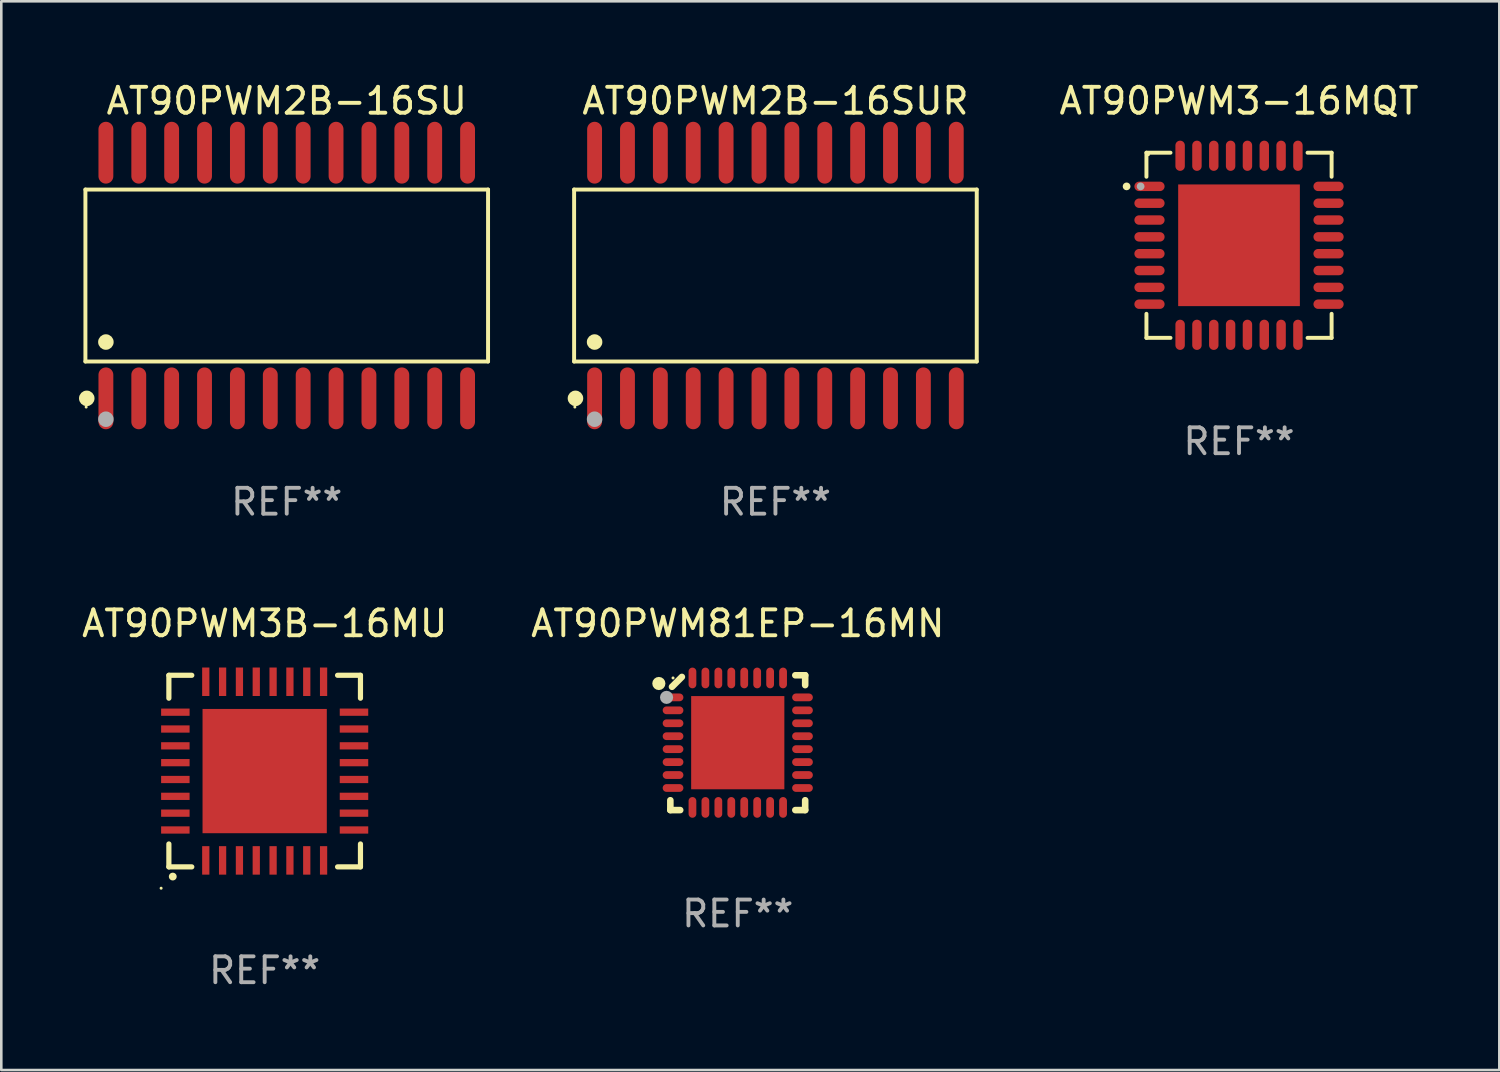
<source format=kicad_pcb>
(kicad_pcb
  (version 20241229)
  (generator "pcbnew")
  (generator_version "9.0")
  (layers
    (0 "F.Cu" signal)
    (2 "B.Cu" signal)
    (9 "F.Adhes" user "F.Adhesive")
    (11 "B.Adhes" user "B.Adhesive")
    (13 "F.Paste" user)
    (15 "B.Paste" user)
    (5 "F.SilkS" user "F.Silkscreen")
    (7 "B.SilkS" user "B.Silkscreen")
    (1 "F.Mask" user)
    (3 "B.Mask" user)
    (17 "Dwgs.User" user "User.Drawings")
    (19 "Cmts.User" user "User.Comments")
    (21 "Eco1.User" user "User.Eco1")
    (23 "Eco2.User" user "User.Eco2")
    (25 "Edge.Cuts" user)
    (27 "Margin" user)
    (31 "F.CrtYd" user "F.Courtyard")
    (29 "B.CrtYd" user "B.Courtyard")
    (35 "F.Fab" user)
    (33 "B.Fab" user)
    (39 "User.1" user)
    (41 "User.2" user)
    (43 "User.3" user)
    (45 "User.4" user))
  (footprint "AT90PWM3-16MQT"
    (layer "F.Cu")
    (at 44.807 6.424)
    (property "Reference" "AT90PWM3-16MQT" (at 0 -5.576 0) (layer "F.SilkS") (effects (font (size 1 1) (thickness 0.15))))
    (attr through_hole)
    (fp_line (start -3.576 -3.576) (end -3.576 -2.647) (stroke (width 0.152) (type solid)) (layer "F.SilkS"))
    (fp_line (start -3.576 3.576) (end -3.576 2.647) (stroke (width 0.152) (type solid)) (layer "F.SilkS"))
    (fp_line (start -2.647 -3.576) (end -3.576 -3.576) (stroke (width 0.152) (type solid)) (layer "F.SilkS"))
    (fp_line (start -2.647 3.576) (end -3.576 3.576) (stroke (width 0.152) (type solid)) (layer "F.SilkS"))
    (fp_line (start 2.647 -3.576) (end 3.576 -3.576) (stroke (width 0.152) (type solid)) (layer "F.SilkS"))
    (fp_line (start 2.647 3.576) (end 3.576 3.576) (stroke (width 0.152) (type solid)) (layer "F.SilkS"))
    (fp_line (start 3.576 -3.576) (end 3.576 -2.647) (stroke (width 0.152) (type solid)) (layer "F.SilkS"))
    (fp_line (start 3.576 3.576) (end 3.576 2.647) (stroke (width 0.152) (type solid)) (layer "F.SilkS"))
    (fp_circle (center -4.342 -2.275) (end -4.267 -2.275) (stroke (width 0.15) (type solid)) (fill no) (layer "F.SilkS"))
    (fp_circle (center -3.5 -3.5) (end -3.47 -3.5) (stroke (width 0.06) (type solid)) (fill no) (layer "F.SilkS"))
    (fp_circle (center -3.8 -2.275) (end -3.725 -2.275) (stroke (width 0.15) (type solid)) (fill no) (layer "F.Fab"))
    (fp_text user "REF**" (at 0 7.576 0) (layer "F.Fab") (effects (font (size 1 1) (thickness 0.15))))
    (pad "1" smd oval (at -3.458 -2.275 270) (size 0.364 1.167) (layers "F.Cu" "F.Mask" "F.Paste"))
    (pad "2" smd oval (at -3.458 -1.625 270) (size 0.364 1.167) (layers "F.Cu" "F.Mask" "F.Paste"))
    (pad "3" smd oval (at -3.458 -0.975 270) (size 0.364 1.167) (layers "F.Cu" "F.Mask" "F.Paste"))
    (pad "4" smd oval (at -3.458 -0.325 270) (size 0.364 1.167) (layers "F.Cu" "F.Mask" "F.Paste"))
    (pad "5" smd oval (at -3.458 0.325 270) (size 0.364 1.167) (layers "F.Cu" "F.Mask" "F.Paste"))
    (pad "6" smd oval (at -3.458 0.975 270) (size 0.364 1.167) (layers "F.Cu" "F.Mask" "F.Paste"))
    (pad "7" smd oval (at -3.458 1.625 270) (size 0.364 1.167) (layers "F.Cu" "F.Mask" "F.Paste"))
    (pad "8" smd oval (at -3.458 2.275 270) (size 0.364 1.167) (layers "F.Cu" "F.Mask" "F.Paste"))
    (pad "9" smd oval (at -2.275 3.458 270) (size 1.167 0.364) (layers "F.Cu" "F.Mask" "F.Paste"))
    (pad "10" smd oval (at -1.625 3.458 270) (size 1.167 0.364) (layers "F.Cu" "F.Mask" "F.Paste"))
    (pad "11" smd oval (at -0.975 3.458 270) (size 1.167 0.364) (layers "F.Cu" "F.Mask" "F.Paste"))
    (pad "12" smd oval (at -0.325 3.458 270) (size 1.167 0.364) (layers "F.Cu" "F.Mask" "F.Paste"))
    (pad "13" smd oval (at 0.325 3.458 270) (size 1.167 0.364) (layers "F.Cu" "F.Mask" "F.Paste"))
    (pad "14" smd oval (at 0.975 3.458 270) (size 1.167 0.364) (layers "F.Cu" "F.Mask" "F.Paste"))
    (pad "15" smd oval (at 1.625 3.458 270) (size 1.167 0.364) (layers "F.Cu" "F.Mask" "F.Paste"))
    (pad "16" smd oval (at 2.275 3.458 270) (size 1.167 0.364) (layers "F.Cu" "F.Mask" "F.Paste"))
    (pad "17" smd oval (at 3.458 2.275 270) (size 0.364 1.167) (layers "F.Cu" "F.Mask" "F.Paste"))
    (pad "18" smd oval (at 3.458 1.625 270) (size 0.364 1.167) (layers "F.Cu" "F.Mask" "F.Paste"))
    (pad "19" smd oval (at 3.458 0.975 270) (size 0.364 1.167) (layers "F.Cu" "F.Mask" "F.Paste"))
    (pad "20" smd oval (at 3.458 0.325 270) (size 0.364 1.167) (layers "F.Cu" "F.Mask" "F.Paste"))
    (pad "21" smd oval (at 3.458 -0.325 270) (size 0.364 1.167) (layers "F.Cu" "F.Mask" "F.Paste"))
    (pad "22" smd oval (at 3.458 -0.975 270) (size 0.364 1.167) (layers "F.Cu" "F.Mask" "F.Paste"))
    (pad "23" smd oval (at 3.458 -1.625 270) (size 0.364 1.167) (layers "F.Cu" "F.Mask" "F.Paste"))
    (pad "24" smd oval (at 3.458 -2.275 270) (size 0.364 1.167) (layers "F.Cu" "F.Mask" "F.Paste"))
    (pad "25" smd oval (at 2.275 -3.458 270) (size 1.167 0.364) (layers "F.Cu" "F.Mask" "F.Paste"))
    (pad "26" smd oval (at 1.625 -3.458 270) (size 1.167 0.364) (layers "F.Cu" "F.Mask" "F.Paste"))
    (pad "27" smd oval (at 0.975 -3.458 270) (size 1.167 0.364) (layers "F.Cu" "F.Mask" "F.Paste"))
    (pad "28" smd oval (at 0.325 -3.458 270) (size 1.167 0.364) (layers "F.Cu" "F.Mask" "F.Paste"))
    (pad "29" smd oval (at -0.325 -3.458 270) (size 1.167 0.364) (layers "F.Cu" "F.Mask" "F.Paste"))
    (pad "30" smd oval (at -0.975 -3.458 270) (size 1.167 0.364) (layers "F.Cu" "F.Mask" "F.Paste"))
    (pad "31" smd oval (at -1.625 -3.458 270) (size 1.167 0.364) (layers "F.Cu" "F.Mask" "F.Paste"))
    (pad "32" smd oval (at -2.275 -3.458 270) (size 1.167 0.364) (layers "F.Cu" "F.Mask" "F.Paste"))
    (pad "33" smd rect (at 0 0) (size 4.7 4.7) (layers "F.Cu" "F.Mask" "F.Paste")))
  (footprint "AT90PWM2B-16SU"
    (layer "F.Cu")
    (at 8.025 7.592)
    (property "Reference" "AT90PWM2B-16SU" (at 0 -6.744 0) (layer "F.SilkS") (effects (font (size 1 1) (thickness 0.15))))
    (attr through_hole)
    (fp_line (start -7.776 -3.321) (end 7.776 -3.321) (stroke (width 0.152) (type solid)) (layer "F.SilkS"))
    (fp_line (start -7.776 3.321) (end -7.776 -3.321) (stroke (width 0.152) (type solid)) (layer "F.SilkS"))
    (fp_line (start 7.776 -3.321) (end 7.776 3.321) (stroke (width 0.152) (type solid)) (layer "F.SilkS"))
    (fp_line (start 7.776 3.321) (end -7.776 3.321) (stroke (width 0.152) (type solid)) (layer "F.SilkS"))
    (fp_circle (center -7.747 5.08) (end -7.717 5.08) (stroke (width 0.06) (type solid)) (fill no) (layer "F.SilkS"))
    (fp_circle (center -7.724 4.744) (end -7.574 4.744) (stroke (width 0.3) (type solid)) (fill no) (layer "F.SilkS"))
    (fp_circle (center -6.985 2.569) (end -6.835 2.569) (stroke (width 0.3) (type solid)) (fill no) (layer "F.SilkS"))
    (fp_circle (center -6.985 5.55) (end -6.835 5.55) (stroke (width 0.3) (type solid)) (fill no) (layer "F.Fab"))
    (fp_text user "REF**" (at 0 8.744 0) (layer "F.Fab") (effects (font (size 1 1) (thickness 0.15))))
    (pad "1" smd oval (at -6.985 4.744) (size 0.574 2.388) (layers "F.Cu" "F.Mask" "F.Paste"))
    (pad "2" smd oval (at -5.715 4.744) (size 0.574 2.388) (layers "F.Cu" "F.Mask" "F.Paste"))
    (pad "3" smd oval (at -4.445 4.744) (size 0.574 2.388) (layers "F.Cu" "F.Mask" "F.Paste"))
    (pad "4" smd oval (at -3.175 4.744) (size 0.574 2.388) (layers "F.Cu" "F.Mask" "F.Paste"))
    (pad "5" smd oval (at -1.905 4.744) (size 0.574 2.388) (layers "F.Cu" "F.Mask" "F.Paste"))
    (pad "6" smd oval (at -0.635 4.744) (size 0.574 2.388) (layers "F.Cu" "F.Mask" "F.Paste"))
    (pad "7" smd oval (at 0.635 4.744) (size 0.574 2.388) (layers "F.Cu" "F.Mask" "F.Paste"))
    (pad "8" smd oval (at 1.905 4.744) (size 0.574 2.388) (layers "F.Cu" "F.Mask" "F.Paste"))
    (pad "9" smd oval (at 3.175 4.744) (size 0.574 2.388) (layers "F.Cu" "F.Mask" "F.Paste"))
    (pad "10" smd oval (at 4.445 4.744) (size 0.574 2.388) (layers "F.Cu" "F.Mask" "F.Paste"))
    (pad "11" smd oval (at 5.715 4.744) (size 0.574 2.388) (layers "F.Cu" "F.Mask" "F.Paste"))
    (pad "12" smd oval (at 6.985 4.744) (size 0.574 2.388) (layers "F.Cu" "F.Mask" "F.Paste"))
    (pad "13" smd oval (at 6.985 -4.744) (size 0.574 2.388) (layers "F.Cu" "F.Mask" "F.Paste"))
    (pad "14" smd oval (at 5.715 -4.744) (size 0.574 2.388) (layers "F.Cu" "F.Mask" "F.Paste"))
    (pad "15" smd oval (at 4.445 -4.744) (size 0.574 2.388) (layers "F.Cu" "F.Mask" "F.Paste"))
    (pad "16" smd oval (at 3.175 -4.744) (size 0.574 2.388) (layers "F.Cu" "F.Mask" "F.Paste"))
    (pad "17" smd oval (at 1.905 -4.744) (size 0.574 2.388) (layers "F.Cu" "F.Mask" "F.Paste"))
    (pad "18" smd oval (at 0.635 -4.744) (size 0.574 2.388) (layers "F.Cu" "F.Mask" "F.Paste"))
    (pad "19" smd oval (at -0.635 -4.744) (size 0.574 2.388) (layers "F.Cu" "F.Mask" "F.Paste"))
    (pad "20" smd oval (at -1.905 -4.744) (size 0.574 2.388) (layers "F.Cu" "F.Mask" "F.Paste"))
    (pad "21" smd oval (at -3.175 -4.744) (size 0.574 2.388) (layers "F.Cu" "F.Mask" "F.Paste"))
    (pad "22" smd oval (at -4.445 -4.744) (size 0.574 2.388) (layers "F.Cu" "F.Mask" "F.Paste"))
    (pad "23" smd oval (at -5.715 -4.744) (size 0.574 2.388) (layers "F.Cu" "F.Mask" "F.Paste"))
    (pad "24" smd oval (at -6.985 -4.744) (size 0.574 2.388) (layers "F.Cu" "F.Mask" "F.Paste")))
  (footprint "AT90PWM81EP-16MN"
    (layer "F.Cu")
    (at 25.446 25.636)
    (property "Reference" "AT90PWM81EP-16MN" (at 0 -4.604 0) (layer "F.SilkS") (effects (font (size 1 1) (thickness 0.15))))
    (attr through_hole)
    (fp_line (start -2.604 2.223) (end -2.604 2.604) (stroke (width 0.254) (type solid)) (layer "F.SilkS"))
    (fp_line (start -2.604 2.604) (end -2.223 2.604) (stroke (width 0.254) (type solid)) (layer "F.SilkS"))
    (fp_line (start -2.159 -2.54) (end -2.54 -2.159) (stroke (width 0.254) (type solid)) (layer "F.SilkS"))
    (fp_line (start 2.223 2.604) (end 2.604 2.604) (stroke (width 0.254) (type solid)) (layer "F.SilkS"))
    (fp_line (start 2.604 -2.604) (end 2.223 -2.604) (stroke (width 0.254) (type solid)) (layer "F.SilkS"))
    (fp_line (start 2.604 -2.223) (end 2.604 -2.604) (stroke (width 0.254) (type solid)) (layer "F.SilkS"))
    (fp_line (start 2.604 2.604) (end 2.604 2.223) (stroke (width 0.254) (type solid)) (layer "F.SilkS"))
    (fp_circle (center -3.048 -2.286) (end -2.921 -2.286) (stroke (width 0.254) (type solid)) (fill no) (layer "F.SilkS"))
    (fp_circle (center -2.5 -2.5) (end -2.47 -2.5) (stroke (width 0.06) (type solid)) (fill no) (layer "F.SilkS"))
    (fp_circle (center -2.75 -1.75) (end -2.623 -1.75) (stroke (width 0.254) (type solid)) (fill no) (layer "F.Fab"))
    (fp_text user "REF**" (at 0 6.604 0) (layer "F.Fab") (effects (font (size 1 1) (thickness 0.15))))
    (pad "1" smd oval (at -2.5 -1.75) (size 0.8 0.3) (layers "F.Cu" "F.Mask" "F.Paste"))
    (pad "2" smd oval (at -2.5 -1.25) (size 0.8 0.3) (layers "F.Cu" "F.Mask" "F.Paste"))
    (pad "3" smd oval (at -2.5 -0.75) (size 0.8 0.3) (layers "F.Cu" "F.Mask" "F.Paste"))
    (pad "4" smd oval (at -2.5 -0.25) (size 0.8 0.3) (layers "F.Cu" "F.Mask" "F.Paste"))
    (pad "5" smd oval (at -2.5 0.25) (size 0.8 0.3) (layers "F.Cu" "F.Mask" "F.Paste"))
    (pad "6" smd oval (at -2.5 0.75) (size 0.8 0.3) (layers "F.Cu" "F.Mask" "F.Paste"))
    (pad "7" smd oval (at -2.5 1.25) (size 0.8 0.3) (layers "F.Cu" "F.Mask" "F.Paste"))
    (pad "8" smd oval (at -2.5 1.75) (size 0.8 0.3) (layers "F.Cu" "F.Mask" "F.Paste"))
    (pad "9" smd oval (at -1.75 2.5) (size 0.3 0.8) (layers "F.Cu" "F.Mask" "F.Paste"))
    (pad "10" smd oval (at -1.25 2.5) (size 0.3 0.8) (layers "F.Cu" "F.Mask" "F.Paste"))
    (pad "11" smd oval (at -0.75 2.5) (size 0.3 0.8) (layers "F.Cu" "F.Mask" "F.Paste"))
    (pad "12" smd oval (at -0.25 2.5) (size 0.3 0.8) (layers "F.Cu" "F.Mask" "F.Paste"))
    (pad "13" smd oval (at 0.25 2.5) (size 0.3 0.8) (layers "F.Cu" "F.Mask" "F.Paste"))
    (pad "14" smd oval (at 0.75 2.5) (size 0.3 0.8) (layers "F.Cu" "F.Mask" "F.Paste"))
    (pad "15" smd oval (at 1.25 2.5) (size 0.3 0.8) (layers "F.Cu" "F.Mask" "F.Paste"))
    (pad "16" smd oval (at 1.75 2.5) (size 0.3 0.8) (layers "F.Cu" "F.Mask" "F.Paste"))
    (pad "17" smd oval (at 2.5 1.75) (size 0.8 0.3) (layers "F.Cu" "F.Mask" "F.Paste"))
    (pad "18" smd oval (at 2.5 1.25) (size 0.8 0.3) (layers "F.Cu" "F.Mask" "F.Paste"))
    (pad "19" smd oval (at 2.5 0.75) (size 0.8 0.3) (layers "F.Cu" "F.Mask" "F.Paste"))
    (pad "20" smd oval (at 2.5 0.25) (size 0.8 0.3) (layers "F.Cu" "F.Mask" "F.Paste"))
    (pad "21" smd oval (at 2.5 -0.25) (size 0.8 0.3) (layers "F.Cu" "F.Mask" "F.Paste"))
    (pad "22" smd oval (at 2.5 -0.75) (size 0.8 0.3) (layers "F.Cu" "F.Mask" "F.Paste"))
    (pad "23" smd oval (at 2.5 -1.25) (size 0.8 0.3) (layers "F.Cu" "F.Mask" "F.Paste"))
    (pad "24" smd oval (at 2.5 -1.75) (size 0.8 0.3) (layers "F.Cu" "F.Mask" "F.Paste"))
    (pad "25" smd oval (at 1.75 -2.5) (size 0.3 0.8) (layers "F.Cu" "F.Mask" "F.Paste"))
    (pad "26" smd oval (at 1.25 -2.5) (size 0.3 0.8) (layers "F.Cu" "F.Mask" "F.Paste"))
    (pad "27" smd oval (at 0.75 -2.5) (size 0.3 0.8) (layers "F.Cu" "F.Mask" "F.Paste"))
    (pad "28" smd oval (at 0.25 -2.5) (size 0.3 0.8) (layers "F.Cu" "F.Mask" "F.Paste"))
    (pad "29" smd oval (at -0.25 -2.5) (size 0.3 0.8) (layers "F.Cu" "F.Mask" "F.Paste"))
    (pad "30" smd oval (at -0.75 -2.5) (size 0.3 0.8) (layers "F.Cu" "F.Mask" "F.Paste"))
    (pad "31" smd oval (at -1.25 -2.5) (size 0.3 0.8) (layers "F.Cu" "F.Mask" "F.Paste"))
    (pad "32" smd oval (at -1.75 -2.5) (size 0.3 0.8) (layers "F.Cu" "F.Mask" "F.Paste"))
    (pad "33" smd rect (at -0.000076 0) (size 3.6 3.6) (layers "F.Cu" "F.Mask" "F.Paste")))
  (footprint "AT90PWM3B-16MU"
    (layer "F.Cu")
    (at 7.173 26.733)
    (property "Reference" "AT90PWM3B-16MU" (at 0 -5.7 0) (layer "F.SilkS") (effects (font (size 1 1) (thickness 0.15))))
    (attr through_hole)
    (fp_line (start -3.7 -3.7) (end -2.815 -3.7) (stroke (width 0.2) (type solid)) (layer "F.SilkS"))
    (fp_line (start -3.7 -2.815) (end -3.7 -3.7) (stroke (width 0.2) (type solid)) (layer "F.SilkS"))
    (fp_line (start -3.7 3.7) (end -3.7 2.815) (stroke (width 0.2) (type solid)) (layer "F.SilkS"))
    (fp_line (start -2.815 3.7) (end -3.7 3.7) (stroke (width 0.2) (type solid)) (layer "F.SilkS"))
    (fp_line (start 2.815 3.7) (end 3.7 3.7) (stroke (width 0.2) (type solid)) (layer "F.SilkS"))
    (fp_line (start 3.7 -3.7) (end 2.815 -3.7) (stroke (width 0.2) (type solid)) (layer "F.SilkS"))
    (fp_line (start 3.7 -2.815) (end 3.7 -3.7) (stroke (width 0.2) (type solid)) (layer "F.SilkS"))
    (fp_line (start 3.7 3.7) (end 3.7 2.815) (stroke (width 0.2) (type solid)) (layer "F.SilkS"))
    (fp_arc (start -3.551308 4.074168) (mid -3.550038 4.074163) (end -3.548768 4.074168) (stroke (width 0.3) (type solid)) (layer "F.SilkS"))
    (fp_circle (center -4 4.524) (end -3.97 4.524) (stroke (width 0.06) (type solid)) (fill no) (layer "F.SilkS"))
    (fp_text user "REF**" (at 0 7.7 0) (layer "F.Fab") (effects (font (size 1 1) (thickness 0.15))))
    (pad "1" smd rect (at -2.275 3.45 180) (size 0.28 1.1) (layers "F.Cu" "F.Mask" "F.Paste"))
    (pad "2" smd rect (at -1.625 3.45 180) (size 0.28 1.1) (layers "F.Cu" "F.Mask" "F.Paste"))
    (pad "3" smd rect (at -0.975 3.45 180) (size 0.28 1.1) (layers "F.Cu" "F.Mask" "F.Paste"))
    (pad "4" smd rect (at -0.325 3.45 180) (size 0.28 1.1) (layers "F.Cu" "F.Mask" "F.Paste"))
    (pad "5" smd rect (at 0.325 3.45 180) (size 0.28 1.1) (layers "F.Cu" "F.Mask" "F.Paste"))
    (pad "6" smd rect (at 0.975 3.45 180) (size 0.28 1.1) (layers "F.Cu" "F.Mask" "F.Paste"))
    (pad "7" smd rect (at 1.625 3.45 180) (size 0.28 1.1) (layers "F.Cu" "F.Mask" "F.Paste"))
    (pad "8" smd rect (at 2.275 3.45 180) (size 0.28 1.1) (layers "F.Cu" "F.Mask" "F.Paste"))
    (pad "9" smd rect (at 3.45 2.275 90) (size 0.28 1.1) (layers "F.Cu" "F.Mask" "F.Paste"))
    (pad "10" smd rect (at 3.45 1.625 90) (size 0.28 1.1) (layers "F.Cu" "F.Mask" "F.Paste"))
    (pad "11" smd rect (at 3.45 0.975 90) (size 0.28 1.1) (layers "F.Cu" "F.Mask" "F.Paste"))
    (pad "12" smd rect (at 3.45 0.325 90) (size 0.28 1.1) (layers "F.Cu" "F.Mask" "F.Paste"))
    (pad "13" smd rect (at 3.45 -0.325 90) (size 0.28 1.1) (layers "F.Cu" "F.Mask" "F.Paste"))
    (pad "14" smd rect (at 3.45 -0.975 90) (size 0.28 1.1) (layers "F.Cu" "F.Mask" "F.Paste"))
    (pad "15" smd rect (at 3.45 -1.625 90) (size 0.28 1.1) (layers "F.Cu" "F.Mask" "F.Paste"))
    (pad "16" smd rect (at 3.45 -2.275 90) (size 0.28 1.1) (layers "F.Cu" "F.Mask" "F.Paste"))
    (pad "17" smd rect (at 2.275 -3.45 180) (size 0.28 1.1) (layers "F.Cu" "F.Mask" "F.Paste"))
    (pad "18" smd rect (at 1.625 -3.45 180) (size 0.28 1.1) (layers "F.Cu" "F.Mask" "F.Paste"))
    (pad "19" smd rect (at 0.975 -3.45 180) (size 0.28 1.1) (layers "F.Cu" "F.Mask" "F.Paste"))
    (pad "20" smd rect (at 0.325 -3.45 180) (size 0.28 1.1) (layers "F.Cu" "F.Mask" "F.Paste"))
    (pad "21" smd rect (at -0.325 -3.45 180) (size 0.28 1.1) (layers "F.Cu" "F.Mask" "F.Paste"))
    (pad "22" smd rect (at -0.975 -3.45 180) (size 0.28 1.1) (layers "F.Cu" "F.Mask" "F.Paste"))
    (pad "23" smd rect (at -1.625 -3.45 180) (size 0.28 1.1) (layers "F.Cu" "F.Mask" "F.Paste"))
    (pad "24" smd rect (at -2.275 -3.45 180) (size 0.28 1.1) (layers "F.Cu" "F.Mask" "F.Paste"))
    (pad "25" smd rect (at -3.45 -2.275 90) (size 0.28 1.1) (layers "F.Cu" "F.Mask" "F.Paste"))
    (pad "26" smd rect (at -3.45 -1.625 90) (size 0.28 1.1) (layers "F.Cu" "F.Mask" "F.Paste"))
    (pad "27" smd rect (at -3.45 -0.975 90) (size 0.28 1.1) (layers "F.Cu" "F.Mask" "F.Paste"))
    (pad "28" smd rect (at -3.45 -0.325 90) (size 0.28 1.1) (layers "F.Cu" "F.Mask" "F.Paste"))
    (pad "29" smd rect (at -3.45 0.325 90) (size 0.28 1.1) (layers "F.Cu" "F.Mask" "F.Paste"))
    (pad "30" smd rect (at -3.45 0.975 90) (size 0.28 1.1) (layers "F.Cu" "F.Mask" "F.Paste"))
    (pad "31" smd rect (at -3.45 1.625 90) (size 0.28 1.1) (layers "F.Cu" "F.Mask" "F.Paste"))
    (pad "32" smd rect (at -3.45 2.275 90) (size 0.28 1.1) (layers "F.Cu" "F.Mask" "F.Paste"))
    (pad "33" smd rect (at 0 0 90) (size 4.8 4.8) (layers "F.Cu" "F.Mask" "F.Paste")))
  (footprint "AT90PWM2B-16SUR"
    (layer "F.Cu")
    (at 26.901 7.592)
    (property "Reference" "AT90PWM2B-16SUR" (at 0 -6.744 0) (layer "F.SilkS") (effects (font (size 1 1) (thickness 0.15))))
    (attr through_hole)
    (fp_line (start -7.776 -3.321) (end 7.776 -3.321) (stroke (width 0.152) (type solid)) (layer "F.SilkS"))
    (fp_line (start -7.776 3.321) (end -7.776 -3.321) (stroke (width 0.152) (type solid)) (layer "F.SilkS"))
    (fp_line (start 7.776 -3.321) (end 7.776 3.321) (stroke (width 0.152) (type solid)) (layer "F.SilkS"))
    (fp_line (start 7.776 3.321) (end -7.776 3.321) (stroke (width 0.152) (type solid)) (layer "F.SilkS"))
    (fp_circle (center -7.747 5.08) (end -7.717 5.08) (stroke (width 0.06) (type solid)) (fill no) (layer "F.SilkS"))
    (fp_circle (center -7.724 4.744) (end -7.574 4.744) (stroke (width 0.3) (type solid)) (fill no) (layer "F.SilkS"))
    (fp_circle (center -6.985 2.569) (end -6.835 2.569) (stroke (width 0.3) (type solid)) (fill no) (layer "F.SilkS"))
    (fp_circle (center -6.985 5.55) (end -6.835 5.55) (stroke (width 0.3) (type solid)) (fill no) (layer "F.Fab"))
    (fp_text user "REF**" (at 0 8.744 0) (layer "F.Fab") (effects (font (size 1 1) (thickness 0.15))))
    (pad "1" smd oval (at -6.985 4.744) (size 0.574 2.388) (layers "F.Cu" "F.Mask" "F.Paste"))
    (pad "2" smd oval (at -5.715 4.744) (size 0.574 2.388) (layers "F.Cu" "F.Mask" "F.Paste"))
    (pad "3" smd oval (at -4.445 4.744) (size 0.574 2.388) (layers "F.Cu" "F.Mask" "F.Paste"))
    (pad "4" smd oval (at -3.175 4.744) (size 0.574 2.388) (layers "F.Cu" "F.Mask" "F.Paste"))
    (pad "5" smd oval (at -1.905 4.744) (size 0.574 2.388) (layers "F.Cu" "F.Mask" "F.Paste"))
    (pad "6" smd oval (at -0.635 4.744) (size 0.574 2.388) (layers "F.Cu" "F.Mask" "F.Paste"))
    (pad "7" smd oval (at 0.635 4.744) (size 0.574 2.388) (layers "F.Cu" "F.Mask" "F.Paste"))
    (pad "8" smd oval (at 1.905 4.744) (size 0.574 2.388) (layers "F.Cu" "F.Mask" "F.Paste"))
    (pad "9" smd oval (at 3.175 4.744) (size 0.574 2.388) (layers "F.Cu" "F.Mask" "F.Paste"))
    (pad "10" smd oval (at 4.445 4.744) (size 0.574 2.388) (layers "F.Cu" "F.Mask" "F.Paste"))
    (pad "11" smd oval (at 5.715 4.744) (size 0.574 2.388) (layers "F.Cu" "F.Mask" "F.Paste"))
    (pad "12" smd oval (at 6.985 4.744) (size 0.574 2.388) (layers "F.Cu" "F.Mask" "F.Paste"))
    (pad "13" smd oval (at 6.985 -4.744) (size 0.574 2.388) (layers "F.Cu" "F.Mask" "F.Paste"))
    (pad "14" smd oval (at 5.715 -4.744) (size 0.574 2.388) (layers "F.Cu" "F.Mask" "F.Paste"))
    (pad "15" smd oval (at 4.445 -4.744) (size 0.574 2.388) (layers "F.Cu" "F.Mask" "F.Paste"))
    (pad "16" smd oval (at 3.175 -4.744) (size 0.574 2.388) (layers "F.Cu" "F.Mask" "F.Paste"))
    (pad "17" smd oval (at 1.905 -4.744) (size 0.574 2.388) (layers "F.Cu" "F.Mask" "F.Paste"))
    (pad "18" smd oval (at 0.635 -4.744) (size 0.574 2.388) (layers "F.Cu" "F.Mask" "F.Paste"))
    (pad "19" smd oval (at -0.635 -4.744) (size 0.574 2.388) (layers "F.Cu" "F.Mask" "F.Paste"))
    (pad "20" smd oval (at -1.905 -4.744) (size 0.574 2.388) (layers "F.Cu" "F.Mask" "F.Paste"))
    (pad "21" smd oval (at -3.175 -4.744) (size 0.574 2.388) (layers "F.Cu" "F.Mask" "F.Paste"))
    (pad "22" smd oval (at -4.445 -4.744) (size 0.574 2.388) (layers "F.Cu" "F.Mask" "F.Paste"))
    (pad "23" smd oval (at -5.715 -4.744) (size 0.574 2.388) (layers "F.Cu" "F.Mask" "F.Paste"))
    (pad "24" smd oval (at -6.985 -4.744) (size 0.574 2.388) (layers "F.Cu" "F.Mask" "F.Paste")))
  (gr_rect
    (start -3 -3)
    (end 54.861 38.281)
    (stroke (width 0.1) (type default))
    (fill no)
    (layer "Edge.Cuts")))
</source>
